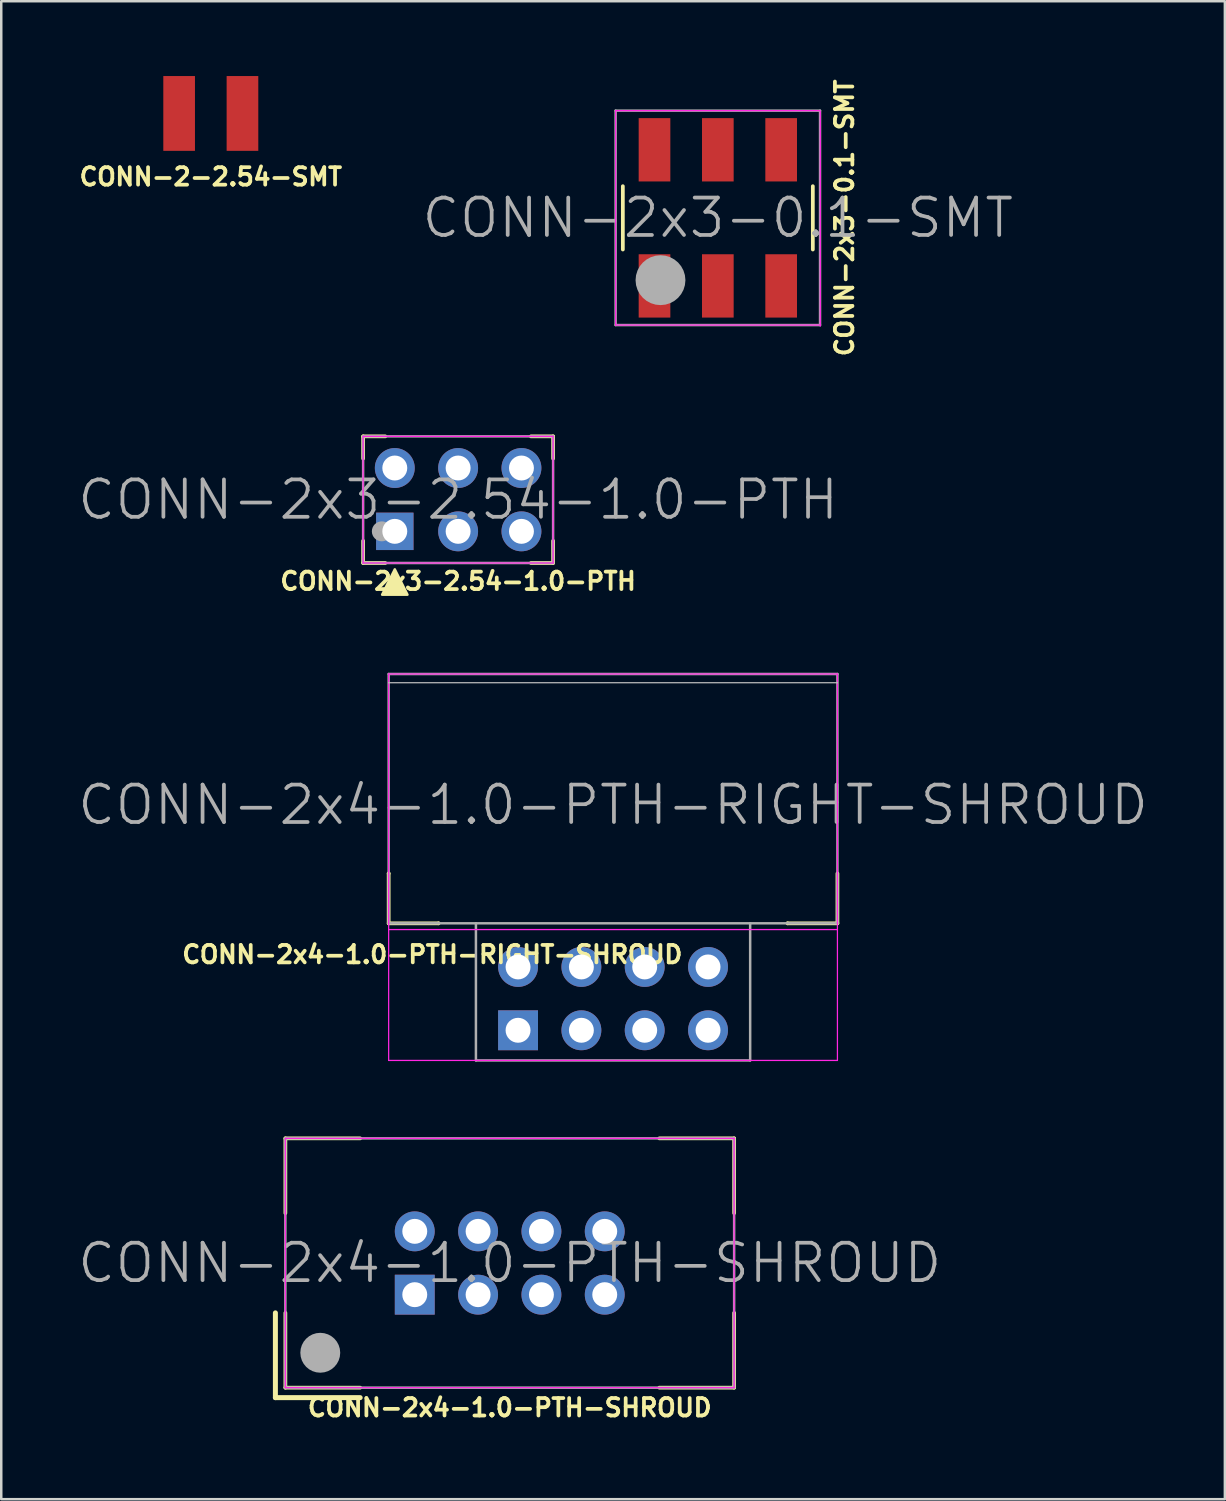
<source format=kicad_pcb>
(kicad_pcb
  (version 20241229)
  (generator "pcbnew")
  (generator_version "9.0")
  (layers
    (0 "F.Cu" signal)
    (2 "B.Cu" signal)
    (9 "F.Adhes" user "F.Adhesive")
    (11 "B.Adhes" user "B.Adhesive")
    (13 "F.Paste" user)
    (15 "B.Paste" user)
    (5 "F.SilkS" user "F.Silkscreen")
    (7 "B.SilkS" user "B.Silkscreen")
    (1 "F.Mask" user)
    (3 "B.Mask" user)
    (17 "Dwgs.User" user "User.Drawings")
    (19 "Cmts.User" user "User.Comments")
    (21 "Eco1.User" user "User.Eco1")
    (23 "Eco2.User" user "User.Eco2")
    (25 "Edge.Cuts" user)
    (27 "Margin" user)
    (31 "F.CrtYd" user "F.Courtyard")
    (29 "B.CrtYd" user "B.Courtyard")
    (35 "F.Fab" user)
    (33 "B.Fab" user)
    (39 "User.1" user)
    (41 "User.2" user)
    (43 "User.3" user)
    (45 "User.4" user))
  (footprint "CONN-2x4-1.0-PTH-SHROUD"
    (layer "F.Cu")
    (at 17.396 47.609)
    (property "Reference" "CONN-2x4-1.0-PTH-SHROUD" (at 0 5.8 0) (layer "F.SilkS") (effects (font (size 0.7 0.7) (thickness 0.15))))
    (attr through_hole)
    (fp_line (start -9.4 5.4) (end -9.4 2) (stroke (width 0.2) (type solid)) (layer "F.SilkS"))
    (fp_line (start -9 -5) (end -6 -5) (stroke (width 0.15) (type solid)) (layer "F.SilkS"))
    (fp_line (start -9 -2) (end -9 -5) (stroke (width 0.15) (type solid)) (layer "F.SilkS"))
    (fp_line (start -9 2) (end -9 5) (stroke (width 0.15) (type solid)) (layer "F.SilkS"))
    (fp_line (start -9 5) (end -6 5) (stroke (width 0.15) (type solid)) (layer "F.SilkS"))
    (fp_line (start -6 5.4) (end -9.4 5.4) (stroke (width 0.2) (type solid)) (layer "F.SilkS"))
    (fp_line (start 6 5) (end 9 5) (stroke (width 0.15) (type solid)) (layer "F.SilkS"))
    (fp_line (start 9 -5) (end 6 -5) (stroke (width 0.15) (type solid)) (layer "F.SilkS"))
    (fp_line (start 9 -2) (end 9 -5) (stroke (width 0.15) (type solid)) (layer "F.SilkS"))
    (fp_line (start 9 5) (end 9 2) (stroke (width 0.15) (type solid)) (layer "F.SilkS"))
    (fp_line (start -9 -5) (end 9 -5) (stroke (width 0.05) (type solid)) (layer "F.CrtYd"))
    (fp_line (start -9 5) (end -9 -5) (stroke (width 0.05) (type solid)) (layer "F.CrtYd"))
    (fp_line (start 9 -5) (end 9 5) (stroke (width 0.05) (type solid)) (layer "F.CrtYd"))
    (fp_line (start 9 5) (end -9 5) (stroke (width 0.05) (type solid)) (layer "F.CrtYd"))
    (fp_line (start -9 -5) (end 9 -5) (stroke (width 0.1) (type solid)) (layer "F.Fab"))
    (fp_line (start -9 5) (end -9 -5) (stroke (width 0.1) (type solid)) (layer "F.Fab"))
    (fp_line (start 9 -5) (end 9 5) (stroke (width 0.1) (type solid)) (layer "F.Fab"))
    (fp_line (start 9 5) (end -9 5) (stroke (width 0.1) (type solid)) (layer "F.Fab"))
    (fp_circle (center -7.6 3.6) (end -7.2 3.6) (stroke (width 0.8) (type solid)) (fill no) (layer "F.Fab"))
    (fp_text user "${REFERENCE}" (at 0 0 0) (layer "F.Fab") (effects (font (size 1.5 1.5) (thickness 0.15))))
    (pad "1" thru_hole rect (at -3.81 1.27) (size 1.6 1.6) (drill 1) (layers "*.Cu" "*.Mask"))
    (pad "2" thru_hole circle (at -3.81 -1.27) (size 1.6 1.6) (drill 1) (layers "*.Cu" "*.Mask"))
    (pad "3" thru_hole circle (at -1.27 1.27) (size 1.6 1.6) (drill 1) (layers "*.Cu" "*.Mask"))
    (pad "4" thru_hole circle (at -1.27 -1.27) (size 1.6 1.6) (drill 1) (layers "*.Cu" "*.Mask"))
    (pad "5" thru_hole circle (at 1.27 1.27) (size 1.6 1.6) (drill 1) (layers "*.Cu" "*.Mask"))
    (pad "6" thru_hole circle (at 1.27 -1.27) (size 1.6 1.6) (drill 1) (layers "*.Cu" "*.Mask"))
    (pad "7" thru_hole circle (at 3.81 1.27) (size 1.6 1.6) (drill 1) (layers "*.Cu" "*.Mask"))
    (pad "8" thru_hole circle (at 3.81 -1.27) (size 1.6 1.6) (drill 1) (layers "*.Cu" "*.Mask")))
  (footprint "CONN-2x3-2.54-1.0-PTH"
    (layer "F.Cu")
    (at 15.325 16.992)
    (property "Reference" "CONN-2x3-2.54-1.0-PTH" (at 0 3.27 0) (layer "F.SilkS") (effects (font (size 0.7 0.7) (thickness 0.15))))
    (attr through_hole)
    (fp_line (start -3.81 -2.54) (end -2.921 -2.54) (stroke (width 0.15) (type solid)) (layer "F.SilkS"))
    (fp_line (start -3.81 -1.651) (end -3.81 -2.54) (stroke (width 0.15) (type solid)) (layer "F.SilkS"))
    (fp_line (start -3.81 2.54) (end -3.81 1.651) (stroke (width 0.15) (type solid)) (layer "F.SilkS"))
    (fp_line (start -2.921 2.54) (end -3.81 2.54) (stroke (width 0.15) (type solid)) (layer "F.SilkS"))
    (fp_line (start 3.81 -2.54) (end 2.921 -2.54) (stroke (width 0.15) (type solid)) (layer "F.SilkS"))
    (fp_line (start 3.81 -1.651) (end 3.81 -2.54) (stroke (width 0.15) (type solid)) (layer "F.SilkS"))
    (fp_line (start 3.81 1.651) (end 3.81 2.54) (stroke (width 0.15) (type solid)) (layer "F.SilkS"))
    (fp_line (start 3.81 2.54) (end 2.921 2.54) (stroke (width 0.15) (type solid)) (layer "F.SilkS"))
    (fp_poly (pts (xy -2.54 2.794) (xy -3.048 3.81) (xy -2.032 3.81)) (stroke (width 0.1) (type solid)) (fill yes) (layer "F.SilkS"))
    (fp_line (start -3.81 -2.54) (end 3.81 -2.54) (stroke (width 0.05) (type solid)) (layer "F.CrtYd"))
    (fp_line (start -3.81 2.54) (end -3.81 -2.54) (stroke (width 0.05) (type solid)) (layer "F.CrtYd"))
    (fp_line (start 3.81 -2.54) (end 3.81 2.54) (stroke (width 0.05) (type solid)) (layer "F.CrtYd"))
    (fp_line (start 3.81 2.54) (end -3.81 2.54) (stroke (width 0.05) (type solid)) (layer "F.CrtYd"))
    (fp_line (start -3.81 -2.54) (end 3.81 -2.54) (stroke (width 0.1) (type solid)) (layer "F.Fab"))
    (fp_line (start -3.81 2.54) (end -3.81 -2.54) (stroke (width 0.1) (type solid)) (layer "F.Fab"))
    (fp_line (start 3.81 -2.54) (end 3.81 2.54) (stroke (width 0.1) (type solid)) (layer "F.Fab"))
    (fp_line (start 3.81 2.54) (end -3.81 2.54) (stroke (width 0.1) (type solid)) (layer "F.Fab"))
    (fp_circle (center -3.06 1.27) (end -2.86 1.27) (stroke (width 0.4) (type solid)) (fill no) (layer "F.Fab"))
    (fp_text user "${REFERENCE}" (at 0 0 0) (layer "F.Fab") (effects (font (size 1.5 1.5) (thickness 0.15))))
    (pad "1" thru_hole rect (at -2.54 1.27) (size 1.5 1.5) (drill 1) (layers "*.Cu" "*.Mask"))
    (pad "2" thru_hole circle (at -2.54 -1.27) (size 1.6 1.6) (drill 1) (layers "*.Cu" "*.Mask"))
    (pad "3" thru_hole circle (at 0 1.27) (size 1.6 1.6) (drill 1) (layers "*.Cu" "*.Mask"))
    (pad "4" thru_hole circle (at 0 -1.27) (size 1.6 1.6) (drill 1) (layers "*.Cu" "*.Mask"))
    (pad "5" thru_hole circle (at 2.54 1.27) (size 1.6 1.6) (drill 1) (layers "*.Cu" "*.Mask"))
    (pad "6" thru_hole circle (at 2.54 -1.27) (size 1.6 1.6) (drill 1) (layers "*.Cu" "*.Mask")))
  (footprint "CONN-2-2.54-SMT"
    (layer "F.Cu")
    (at 5.405 1.5)
    (property "Reference" "CONN-2-2.54-SMT" (at 0 2.54 0) (layer "F.SilkS") (effects (font (size 0.7 0.7) (thickness 0.15))))
    (attr through_hole)
    (pad "1" smd rect (at -1.27 0) (size 1.27 3) (layers "F.Cu" "F.Mask" "F.Paste"))
    (pad "2" smd rect (at 1.27 0) (size 1.27 3) (layers "F.Cu" "F.Mask" "F.Paste")))
  (footprint "CONN-2x4-1.0-PTH-RIGHT-SHROUD"
    (layer "F.Cu")
    (at 21.539 37.004)
    (property "Reference" "CONN-2x4-1.0-PTH-RIGHT-SHROUD" (at -7.25 -1.77 0) (layer "F.SilkS") (effects (font (size 0.7 0.7) (thickness 0.15))))
    (attr through_hole)
    (fp_line (start -9 -5.02) (end -9 -5.02) (stroke (width 0.15) (type solid)) (layer "F.SilkS"))
    (fp_line (start -9 -3.02) (end -9 -5.02) (stroke (width 0.15) (type solid)) (layer "F.SilkS"))
    (fp_line (start -9 -3.02) (end -7 -3.02) (stroke (width 0.15) (type solid)) (layer "F.SilkS"))
    (fp_line (start -7 -3.02) (end -7 -3.02) (stroke (width 0.15) (type solid)) (layer "F.SilkS"))
    (fp_line (start 7 -3.02) (end 7 -3.02) (stroke (width 0.15) (type solid)) (layer "F.SilkS"))
    (fp_line (start 9 -5.02) (end 9 -3.02) (stroke (width 0.15) (type solid)) (layer "F.SilkS"))
    (fp_line (start 9 -3.02) (end 7 -3.02) (stroke (width 0.15) (type solid)) (layer "F.SilkS"))
    (fp_line (start 9 -3.02) (end 9 -3.02) (stroke (width 0.05) (type solid)) (layer "F.SilkS"))
    (fp_line (start 9 -12.67) (end -9 -12.67) (stroke (width 0.05) (type solid)) (layer "Dwgs.User"))
    (fp_line (start -9 -13.02) (end 9 -13.02) (stroke (width 0.05) (type solid)) (layer "F.CrtYd"))
    (fp_line (start -9 -2.77) (end 9 -2.77) (stroke (width 0.05) (type solid)) (layer "F.CrtYd"))
    (fp_line (start -9 2.48) (end -9 -13.02) (stroke (width 0.05) (type solid)) (layer "F.CrtYd"))
    (fp_line (start 9 -13.02) (end 9 2.48) (stroke (width 0.05) (type solid)) (layer "F.CrtYd"))
    (fp_line (start 9 2.48) (end -9 2.48) (stroke (width 0.05) (type solid)) (layer "F.CrtYd"))
    (fp_line (start -9 -13.02) (end 9 -13.02) (stroke (width 0.1) (type solid)) (layer "F.Fab"))
    (fp_line (start -9 -3.02) (end -9 -13.02) (stroke (width 0.1) (type solid)) (layer "F.Fab"))
    (fp_line (start -9 -3.02) (end 9 -3.02) (stroke (width 0.1) (type solid)) (layer "F.Fab"))
    (fp_line (start -5.5 -3.02) (end -5.5 -3.02) (stroke (width 0.1) (type solid)) (layer "F.Fab"))
    (fp_line (start -5.5 2.48) (end -5.5 -3.02) (stroke (width 0.1) (type solid)) (layer "F.Fab"))
    (fp_line (start 5.5 -3.02) (end 5.5 2.48) (stroke (width 0.1) (type solid)) (layer "F.Fab"))
    (fp_line (start 5.5 2.48) (end -5.5 2.48) (stroke (width 0.1) (type solid)) (layer "F.Fab"))
    (fp_line (start 9 -13.02) (end 9 -3.02) (stroke (width 0.1) (type solid)) (layer "F.Fab"))
    (fp_text user "${REFERENCE}" (at 0 -7.77 0) (layer "F.Fab") (effects (font (size 1.5 1.5) (thickness 0.15))))
    (pad "1" thru_hole rect (at -3.81 1.27) (size 1.6 1.6) (drill 1) (layers "*.Cu" "*.Mask"))
    (pad "2" thru_hole circle (at -3.81 -1.27) (size 1.6 1.6) (drill 1) (layers "*.Cu" "*.Mask"))
    (pad "3" thru_hole circle (at -1.27 1.27) (size 1.6 1.6) (drill 1) (layers "*.Cu" "*.Mask"))
    (pad "4" thru_hole circle (at -1.27 -1.27) (size 1.6 1.6) (drill 1) (layers "*.Cu" "*.Mask"))
    (pad "5" thru_hole circle (at 1.27 1.27) (size 1.6 1.6) (drill 1) (layers "*.Cu" "*.Mask"))
    (pad "6" thru_hole circle (at 1.27 -1.27) (size 1.6 1.6) (drill 1) (layers "*.Cu" "*.Mask"))
    (pad "7" thru_hole circle (at 3.81 1.27) (size 1.6 1.6) (drill 1) (layers "*.Cu" "*.Mask"))
    (pad "8" thru_hole circle (at 3.81 -1.27) (size 1.6 1.6) (drill 1) (layers "*.Cu" "*.Mask")))
  (footprint "CONN-2x3-0.1-SMT"
    (layer "F.Cu")
    (at 25.742 5.688)
    (property "Reference" "CONN-2x3-0.1-SMT" (at 5.08 0 90) (layer "F.SilkS") (effects (font (size 0.7 0.7) (thickness 0.15))))
    (attr through_hole)
    (fp_line (start -3.81 -1.27) (end -3.81 1.27) (stroke (width 0.15) (type solid)) (layer "F.SilkS"))
    (fp_line (start 3.81 -1.27) (end 3.81 1.27) (stroke (width 0.15) (type solid)) (layer "F.SilkS"))
    (fp_line (start -4.1 -4.3) (end 4.1 -4.3) (stroke (width 0.05) (type solid)) (layer "F.CrtYd"))
    (fp_line (start -4.1 4.3) (end -4.1 -4.3) (stroke (width 0.05) (type solid)) (layer "F.CrtYd"))
    (fp_line (start 4.1 4.3) (end -4.1 4.3) (stroke (width 0.05) (type solid)) (layer "F.CrtYd"))
    (fp_line (start 4.11 -4.26) (end 4.11 4.34) (stroke (width 0.05) (type solid)) (layer "F.CrtYd"))
    (fp_line (start -4.1 -4.3) (end -4.1 4.3) (stroke (width 0.1) (type solid)) (layer "F.Fab"))
    (fp_line (start -4.1 4.3) (end 4.1 4.3) (stroke (width 0.1) (type solid)) (layer "F.Fab"))
    (fp_line (start 4.1 -4.3) (end -4.1 -4.3) (stroke (width 0.1) (type solid)) (layer "F.Fab"))
    (fp_line (start 4.1 4.3) (end 4.1 -4.3) (stroke (width 0.1) (type solid)) (layer "F.Fab"))
    (fp_circle (center -2.3 2.5) (end -1.8 2.5) (stroke (width 1) (type solid)) (fill no) (layer "F.Fab"))
    (fp_text user "${REFERENCE}" (at 0 0 0) (layer "F.Fab") (effects (font (size 1.5 1.5) (thickness 0.15))))
    (pad "1" smd rect (at -2.54 2.73) (size 1.27 2.54) (layers "F.Cu" "F.Mask" "F.Paste"))
    (pad "2" smd rect (at -2.54 -2.73) (size 1.27 2.54) (layers "F.Cu" "F.Mask" "F.Paste"))
    (pad "3" smd rect (at 0 2.73) (size 1.27 2.54) (layers "F.Cu" "F.Mask" "F.Paste"))
    (pad "4" smd rect (at 0 -2.73) (size 1.27 2.54) (layers "F.Cu" "F.Mask" "F.Paste"))
    (pad "5" smd rect (at 2.54 2.73) (size 1.27 2.54) (layers "F.Cu" "F.Mask" "F.Paste"))
    (pad "6" smd rect (at 2.54 -2.73) (size 1.27 2.54) (layers "F.Cu" "F.Mask" "F.Paste")))
  (gr_rect
    (start -3 -3)
    (end 46.079 57.082)
    (stroke (width 0.1) (type default))
    (fill no)
    (layer "Edge.Cuts")))
</source>
